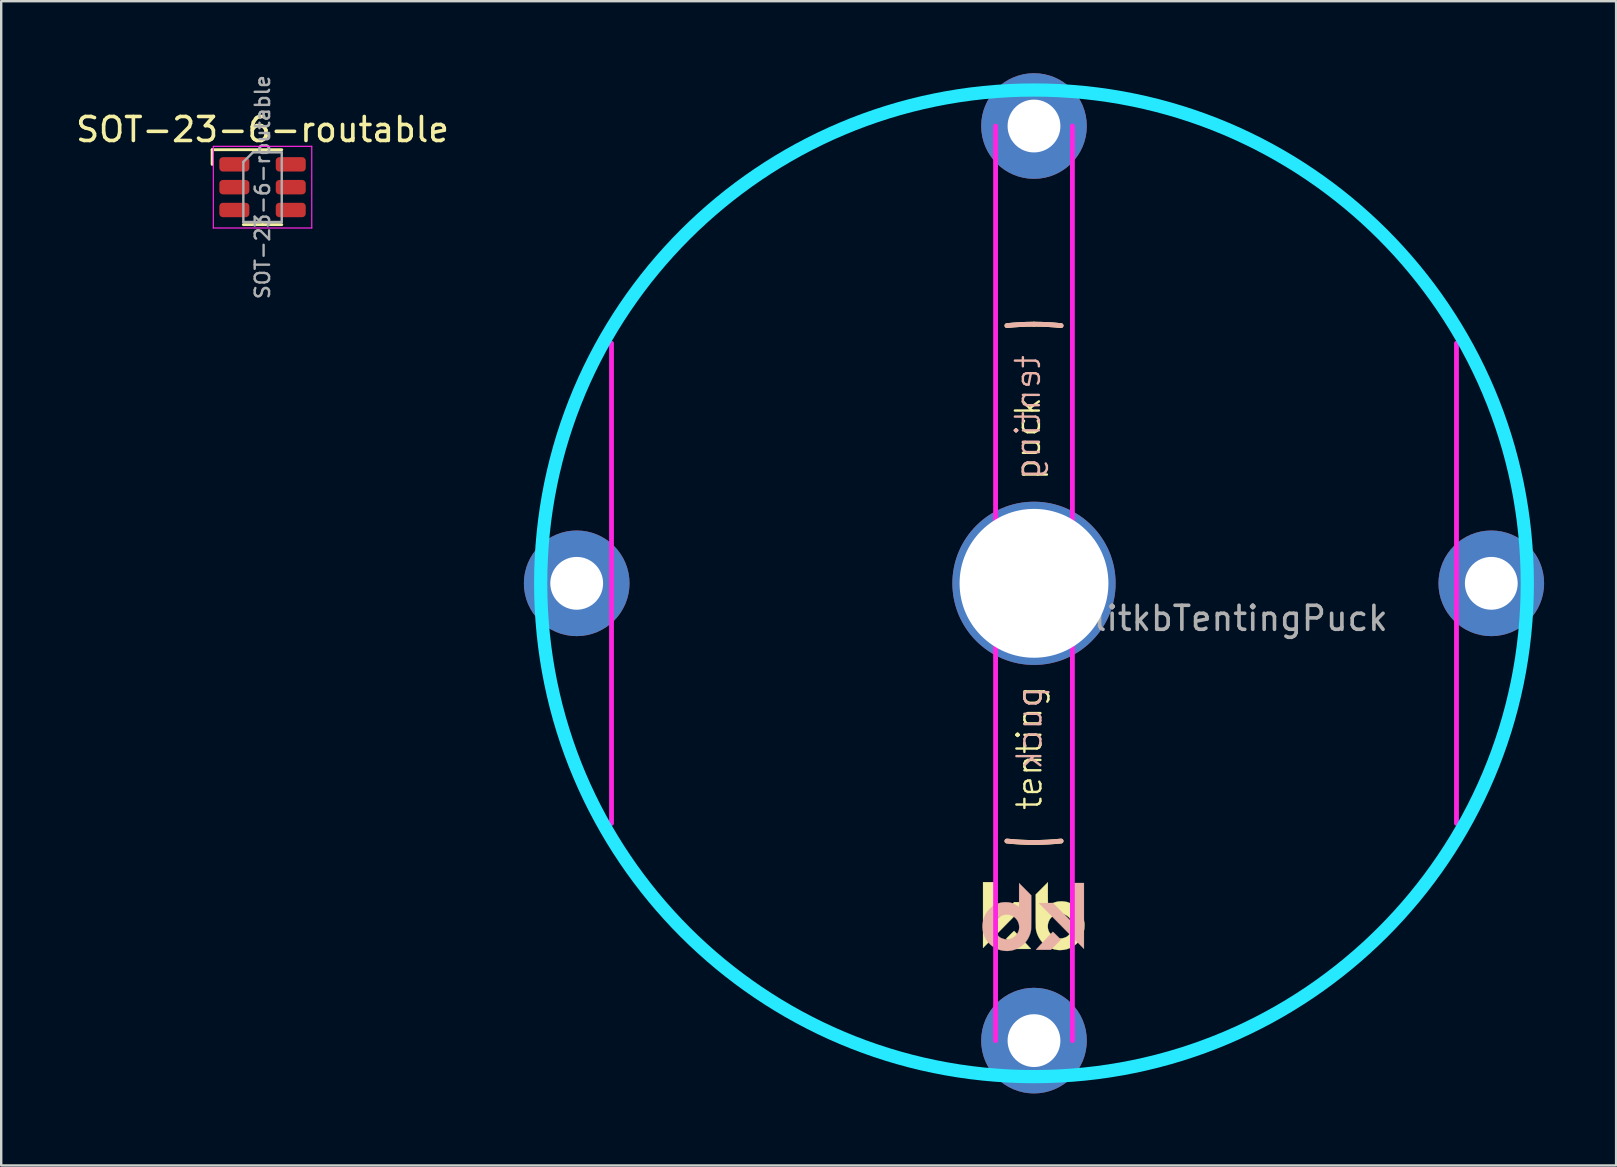
<source format=kicad_pcb>
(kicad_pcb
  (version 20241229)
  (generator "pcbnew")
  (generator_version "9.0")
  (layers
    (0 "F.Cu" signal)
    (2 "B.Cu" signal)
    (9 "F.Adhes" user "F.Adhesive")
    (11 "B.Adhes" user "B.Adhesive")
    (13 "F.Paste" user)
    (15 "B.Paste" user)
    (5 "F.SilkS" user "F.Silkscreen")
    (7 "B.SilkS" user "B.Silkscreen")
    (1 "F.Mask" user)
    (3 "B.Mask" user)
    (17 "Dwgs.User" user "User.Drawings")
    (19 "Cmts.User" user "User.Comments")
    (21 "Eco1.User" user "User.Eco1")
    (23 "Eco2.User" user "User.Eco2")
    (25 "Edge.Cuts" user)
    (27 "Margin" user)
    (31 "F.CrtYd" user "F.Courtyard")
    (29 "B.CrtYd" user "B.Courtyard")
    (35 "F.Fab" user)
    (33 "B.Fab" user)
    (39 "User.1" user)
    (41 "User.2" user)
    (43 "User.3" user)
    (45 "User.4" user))
  (footprint "SplitkbTentingPuck"
    (layer "F.Cu")
    (at 40.024 21.25)
    (property "Reference" "SplitkbTentingPuck" (at 7.684 1.46 0) (layer "F.Fab") (effects (font (size 1 1) (thickness 0.15))))
    (attr exclude_from_pos_files exclude_from_bom)
    (fp_arc (start -20.32 -2.8575) (mid -19.91151 -4.959786) (end -19.286134 -7.008048) (stroke (width 0.2) (type solid)) (layer "F.SilkS"))
    (fp_arc (start -19.286134 7.008047) (mid -19.91151 4.959786) (end -20.32 2.8575) (stroke (width 0.2) (type solid)) (layer "F.SilkS"))
    (fp_arc (start -7.008048 -19.286134) (mid -4.959786 -19.91151) (end -2.8575 -20.32) (stroke (width 0.2) (type solid)) (layer "F.SilkS"))
    (fp_arc (start -2.8575 20.32) (mid -4.959785 19.91151) (end -7.008046 19.286135) (stroke (width 0.2) (type solid)) (layer "F.SilkS"))
    (fp_arc (start -1.128385 -10.735864) (mid -0.564967 -10.780206) (end 0 -10.795) (stroke (width 0.2) (type solid)) (layer "F.SilkS"))
    (fp_arc (start 0 -10.795) (mid 0.564967 -10.780206) (end 1.128385 -10.735864) (stroke (width 0.2) (type solid)) (layer "F.SilkS"))
    (fp_arc (start 0 10.795) (mid -0.564967 10.780206) (end -1.128385 10.735864) (stroke (width 0.2) (type solid)) (layer "F.SilkS"))
    (fp_arc (start 1.128385 10.735864) (mid 0.564967 10.780206) (end 0 10.795) (stroke (width 0.2) (type solid)) (layer "F.SilkS"))
    (fp_arc (start 2.8575 -20.32) (mid 4.959786 -19.91151) (end 7.008047 -19.286134) (stroke (width 0.2) (type solid)) (layer "F.SilkS"))
    (fp_arc (start 7.008047 19.286134) (mid 4.959786 19.91151) (end 2.8575 20.32) (stroke (width 0.2) (type solid)) (layer "F.SilkS"))
    (fp_arc (start 19.286135 -7.008045) (mid 19.91151 -4.959785) (end 20.32 -2.8575) (stroke (width 0.2) (type solid)) (layer "F.SilkS"))
    (fp_arc (start 20.32 2.8575) (mid 19.91151 4.959785) (end 19.286135 7.008046) (stroke (width 0.2) (type solid)) (layer "F.SilkS"))
    (fp_poly (pts (xy -1.627 14.082) (xy -0.824 13.279) (xy -0.535 13.282) (xy -0.247 13.285) (xy -1.094 14.145) (xy -1.212 14.265) (xy -1.327 14.382) (xy -1.437 14.494) (xy -1.542 14.6) (xy -1.64 14.7) (xy -1.731 14.791) (xy -1.811 14.874) (xy -1.882 14.945) (xy -1.941 15.005) (xy -1.987 15.052) (xy -2.019 15.084) (xy -2.032 15.098) (xy -2.123 15.19) (xy -2.123 12.448) (xy -1.627 12.448) (xy -1.627 14.082)) (stroke (width 0.01) (type solid)) (fill yes) (layer "F.SilkS"))
    (fp_poly (pts (xy -0.82 14.488) (xy -0.797 14.511) (xy -0.763 14.547) (xy -0.719 14.593) (xy -0.666 14.647) (xy -0.609 14.708) (xy -0.547 14.773) (xy -0.483 14.841) (xy -0.42 14.908) (xy -0.359 14.973) (xy -0.302 15.034) (xy -0.251 15.089) (xy -0.208 15.135) (xy -0.175 15.171) (xy -0.154 15.194) (xy -0.152 15.197) (xy -0.124 15.231) (xy -0.744 15.231) (xy -0.917 15.055) (xy -0.971 15) (xy -1.021 14.948) (xy -1.065 14.903) (xy -1.099 14.868) (xy -1.121 14.844) (xy -1.124 14.841) (xy -1.158 14.803) (xy -0.997 14.642) (xy -0.948 14.592) (xy -0.903 14.549) (xy -0.867 14.514) (xy -0.842 14.491) (xy -0.829 14.48) (xy -0.829 14.48) (xy -0.82 14.488)) (stroke (width 0.01) (type solid)) (fill yes) (layer "F.SilkS"))
    (fp_poly (pts (xy 0.578 12.948) (xy 0.578 13.052) (xy 0.579 13.149) (xy 0.58 13.236) (xy 0.581 13.31) (xy 0.582 13.37) (xy 0.583 13.413) (xy 0.585 13.437) (xy 0.586 13.441) (xy 0.598 13.435) (xy 0.623 13.419) (xy 0.647 13.401) (xy 0.762 13.331) (xy 0.884 13.282) (xy 1.014 13.254) (xy 1.153 13.247) (xy 1.171 13.248) (xy 1.261 13.255) (xy 1.337 13.267) (xy 1.409 13.286) (xy 1.484 13.315) (xy 1.554 13.348) (xy 1.682 13.423) (xy 1.795 13.515) (xy 1.892 13.622) (xy 1.972 13.743) (xy 2.033 13.874) (xy 2.076 14.016) (xy 2.099 14.167) (xy 2.102 14.256) (xy 2.092 14.409) (xy 2.061 14.553) (xy 2.008 14.693) (xy 1.95 14.8) (xy 1.865 14.92) (xy 1.763 15.025) (xy 1.648 15.113) (xy 1.521 15.184) (xy 1.385 15.236) (xy 1.241 15.268) (xy 1.093 15.279) (xy 0.993 15.275) (xy 0.848 15.25) (xy 0.707 15.204) (xy 0.574 15.138) (xy 0.452 15.054) (xy 0.343 14.954) (xy 0.335 14.944) (xy 0.254 14.84) (xy 0.184 14.722) (xy 0.129 14.596) (xy 0.092 14.469) (xy 0.083 14.423) (xy 0.08 14.394) (xy 0.078 14.344) (xy 0.076 14.294) (xy 0.573 14.294) (xy 0.583 14.391) (xy 0.614 14.485) (xy 0.642 14.539) (xy 0.709 14.628) (xy 0.789 14.699) (xy 0.878 14.751) (xy 0.975 14.784) (xy 1.076 14.797) (xy 1.18 14.789) (xy 1.253 14.769) (xy 1.296 14.753) (xy 1.337 14.736) (xy 1.353 14.728) (xy 1.398 14.697) (xy 1.448 14.651) (xy 1.496 14.595) (xy 1.537 14.537) (xy 1.559 14.498) (xy 1.579 14.454) (xy 1.591 14.415) (xy 1.599 14.373) (xy 1.603 14.318) (xy 1.603 14.313) (xy 1.6 14.205) (xy 1.577 14.107) (xy 1.534 14.014) (xy 1.516 13.985) (xy 1.451 13.908) (xy 1.372 13.845) (xy 1.283 13.8) (xy 1.186 13.772) (xy 1.085 13.763) (xy 0.984 13.773) (xy 0.885 13.803) (xy 0.871 13.81) (xy 0.783 13.863) (xy 0.709 13.931) (xy 0.65 14.011) (xy 0.607 14.101) (xy 0.581 14.196) (xy 0.573 14.294) (xy 0.076 14.294) (xy 0.076 14.274) (xy 0.074 14.185) (xy 0.072 14.078) (xy 0.071 13.955) (xy 0.071 13.818) (xy 0.071 13.668) (xy 0.071 13.656) (xy 0.07 12.964) (xy 0.578 12.454) (xy 0.578 12.948)) (stroke (width 0.01) (type solid)) (fill yes) (layer "F.SilkS"))
    (fp_arc (start -20.32 -2.8575) (mid -19.91151 -4.959784) (end -19.286136 -7.008044) (stroke (width 0.2) (type solid)) (layer "B.SilkS"))
    (fp_arc (start -19.286135 7.008046) (mid -19.91151 4.959785) (end -20.32 2.8575) (stroke (width 0.2) (type solid)) (layer "B.SilkS"))
    (fp_arc (start -7.008046 -19.286135) (mid -4.959785 -19.91151) (end -2.8575 -20.32) (stroke (width 0.2) (type solid)) (layer "B.SilkS"))
    (fp_arc (start -2.8575 20.32) (mid -4.959785 19.91151) (end -7.008045 19.286135) (stroke (width 0.2) (type solid)) (layer "B.SilkS"))
    (fp_arc (start -1.128385 -10.735864) (mid -0.564967 -10.780206) (end 0 -10.795) (stroke (width 0.2) (type solid)) (layer "B.SilkS"))
    (fp_arc (start 0 -10.795) (mid 0.564967 -10.780206) (end 1.128385 -10.735864) (stroke (width 0.2) (type solid)) (layer "B.SilkS"))
    (fp_arc (start 0 10.795) (mid -0.564967 10.780206) (end -1.128385 10.735864) (stroke (width 0.2) (type solid)) (layer "B.SilkS"))
    (fp_arc (start 1.128385 10.735864) (mid 0.564967 10.780206) (end 0 10.795) (stroke (width 0.2) (type solid)) (layer "B.SilkS"))
    (fp_arc (start 2.8575 -20.32) (mid 4.959787 -19.91151) (end 7.008049 -19.286134) (stroke (width 0.2) (type solid)) (layer "B.SilkS"))
    (fp_arc (start 7.008045 19.286135) (mid 4.959785 19.91151) (end 2.8575 20.32) (stroke (width 0.2) (type solid)) (layer "B.SilkS"))
    (fp_arc (start 19.286134 -7.008048) (mid 19.91151 -4.959786) (end 20.32 -2.8575) (stroke (width 0.2) (type solid)) (layer "B.SilkS"))
    (fp_arc (start 20.32 2.8575) (mid 19.91151 4.959786) (end 19.286134 7.008048) (stroke (width 0.2) (type solid)) (layer "B.SilkS"))
    (fp_poly (pts (xy 1.584 14.118) (xy 0.782 13.315) (xy 0.493 13.318) (xy 0.205 13.322) (xy 1.052 14.182) (xy 1.17 14.301) (xy 1.285 14.418) (xy 1.395 14.53) (xy 1.5 14.637) (xy 1.598 14.736) (xy 1.688 14.828) (xy 1.769 14.91) (xy 1.84 14.981) (xy 1.899 15.041) (xy 1.944 15.088) (xy 1.976 15.12) (xy 1.99 15.134) (xy 2.081 15.226) (xy 2.081 12.484) (xy 1.584 12.484) (xy 1.584 14.118)) (stroke (width 0.01) (type solid)) (fill yes) (layer "B.SilkS"))
    (fp_poly (pts (xy 0.778 14.525) (xy 0.755 14.547) (xy 0.721 14.583) (xy 0.676 14.629) (xy 0.624 14.684) (xy 0.566 14.745) (xy 0.505 14.81) (xy 0.441 14.877) (xy 0.378 14.944) (xy 0.316 15.009) (xy 0.259 15.07) (xy 0.208 15.125) (xy 0.166 15.172) (xy 0.133 15.207) (xy 0.112 15.231) (xy 0.11 15.233) (xy 0.082 15.267) (xy 0.702 15.267) (xy 0.875 15.091) (xy 0.929 15.036) (xy 0.979 14.985) (xy 1.023 14.939) (xy 1.057 14.904) (xy 1.079 14.88) (xy 1.082 14.877) (xy 1.116 14.839) (xy 0.955 14.678) (xy 0.905 14.628) (xy 0.861 14.585) (xy 0.825 14.55) (xy 0.799 14.527) (xy 0.787 14.517) (xy 0.787 14.516) (xy 0.778 14.525)) (stroke (width 0.01) (type solid)) (fill yes) (layer "B.SilkS"))
    (fp_poly (pts (xy -0.621 12.984) (xy -0.621 13.088) (xy -0.621 13.185) (xy -0.622 13.272) (xy -0.623 13.346) (xy -0.624 13.406) (xy -0.625 13.45) (xy -0.627 13.473) (xy -0.628 13.477) (xy -0.64 13.471) (xy -0.665 13.455) (xy -0.689 13.438) (xy -0.804 13.367) (xy -0.926 13.318) (xy -1.057 13.29) (xy -1.196 13.284) (xy -1.214 13.284) (xy -1.303 13.291) (xy -1.38 13.303) (xy -1.451 13.322) (xy -1.526 13.351) (xy -1.596 13.384) (xy -1.724 13.459) (xy -1.837 13.551) (xy -1.934 13.658) (xy -2.014 13.779) (xy -2.076 13.911) (xy -2.118 14.053) (xy -2.141 14.203) (xy -2.145 14.293) (xy -2.134 14.445) (xy -2.103 14.59) (xy -2.05 14.729) (xy -1.993 14.836) (xy -1.907 14.956) (xy -1.805 15.061) (xy -1.69 15.149) (xy -1.563 15.22) (xy -1.427 15.272) (xy -1.283 15.304) (xy -1.135 15.316) (xy -1.035 15.311) (xy -0.89 15.286) (xy -0.75 15.24) (xy -0.616 15.174) (xy -0.494 15.09) (xy -0.386 14.99) (xy -0.377 14.981) (xy -0.296 14.876) (xy -0.226 14.758) (xy -0.171 14.632) (xy -0.134 14.505) (xy -0.125 14.459) (xy -0.122 14.43) (xy -0.12 14.38) (xy -0.118 14.33) (xy -0.615 14.33) (xy -0.625 14.428) (xy -0.656 14.522) (xy -0.684 14.576) (xy -0.751 14.664) (xy -0.831 14.735) (xy -0.92 14.787) (xy -1.017 14.82) (xy -1.119 14.833) (xy -1.222 14.825) (xy -1.295 14.805) (xy -1.338 14.789) (xy -1.379 14.772) (xy -1.395 14.764) (xy -1.441 14.733) (xy -1.49 14.687) (xy -1.538 14.632) (xy -1.579 14.573) (xy -1.601 14.534) (xy -1.621 14.49) (xy -1.634 14.452) (xy -1.641 14.409) (xy -1.645 14.354) (xy -1.646 14.349) (xy -1.642 14.241) (xy -1.619 14.144) (xy -1.576 14.05) (xy -1.558 14.022) (xy -1.493 13.944) (xy -1.415 13.882) (xy -1.325 13.836) (xy -1.228 13.808) (xy -1.127 13.799) (xy -1.026 13.809) (xy -0.927 13.84) (xy -0.913 13.846) (xy -0.825 13.899) (xy -0.751 13.967) (xy -0.692 14.047) (xy -0.649 14.137) (xy -0.623 14.232) (xy -0.615 14.33) (xy -0.118 14.33) (xy -0.118 14.31) (xy -0.116 14.221) (xy -0.115 14.114) (xy -0.114 13.991) (xy -0.113 13.854) (xy -0.113 13.704) (xy -0.113 13.692) (xy -0.113 13) (xy -0.62 12.49) (xy -0.621 12.984)) (stroke (width 0.01) (type solid)) (fill yes) (layer "B.SilkS"))
    (fp_circle (center 0 0) (end 20.55 0) (stroke (width 0.55) (type solid)) (fill no) (layer "B.CrtYd"))
    (fp_line (start -17.6 10) (end -17.6 -10) (stroke (width 0.2) (type solid)) (layer "F.CrtYd"))
    (fp_line (start -1.6 19.05) (end -1.6 -19.05) (stroke (width 0.2) (type solid)) (layer "F.CrtYd"))
    (fp_line (start 1.6 19.05) (end 1.6 -19.05) (stroke (width 0.2) (type solid)) (layer "F.CrtYd"))
    (fp_line (start 17.6 10) (end 17.6 -10) (stroke (width 0.2) (type solid)) (layer "F.CrtYd"))
    (fp_text user "tenting" (at -0.191 6.858 90) (layer "F.SilkS") (effects (font (size 1 1) (thickness 0.1))))
    (fp_text user "puck" (at -0.254 -6.032 90) (layer "F.SilkS") (effects (font (size 1 1) (thickness 0.1))))
    (fp_text user "puck" (at -0.191 6.032 90) (unlocked yes) (layer "B.SilkS") (effects (font (size 1 1) (thickness 0.1)) (justify mirror)))
    (fp_text user "tenting" (at -0.254 -6.921 90) (layer "B.SilkS") (effects (font (size 1 1) (thickness 0.1)) (justify mirror)))
    (pad "" thru_hole circle (at 0 0) (size 6.8 6.8) (drill 6.2) (layers "*.Cu" "*.Mask"))
    (pad "1" thru_hole circle (at -19.05 0) (size 4.4 4.4) (drill 2.2) (layers "*.Cu" "*.Mask"))
    (pad "1" thru_hole circle (at 0 -19.05) (size 4.4 4.4) (drill 2.2) (layers "*.Cu" "*.Mask"))
    (pad "1" thru_hole circle (at 0 19.05) (size 4.4 4.4) (drill 2.2) (layers "*.Cu" "*.Mask"))
    (pad "1" thru_hole circle (at 19.05 0) (size 4.4 4.4) (drill 2.2) (layers "*.Cu" "*.Mask")))
  (footprint "SOT-23-6-routable"
    (layer "F.Cu")
    (at 7.887 4.747)
    (property "Reference" "SOT-23-6-routable" (at 0 -2.4 0) (layer "F.SilkS") (effects (font (size 1 1) (thickness 0.15))))
    (attr smd)
    (fp_line (start -2.1 -1.56) (end 0.8 -1.56) (stroke (width 0.12) (type solid)) (layer "F.SilkS"))
    (fp_line (start -2.1 -0.95) (end -2.1 -1.56) (stroke (width 0.12) (type solid)) (layer "F.SilkS"))
    (fp_line (start 0 1.56) (end -0.8 1.56) (stroke (width 0.12) (type solid)) (layer "F.SilkS"))
    (fp_line (start 0 1.56) (end 0.8 1.56) (stroke (width 0.12) (type solid)) (layer "F.SilkS"))
    (fp_line (start -2.05 -1.7) (end -2.05 1.7) (stroke (width 0.05) (type solid)) (layer "F.CrtYd"))
    (fp_line (start -2.05 1.7) (end 2.05 1.7) (stroke (width 0.05) (type solid)) (layer "F.CrtYd"))
    (fp_line (start 2.05 -1.7) (end -2.05 -1.7) (stroke (width 0.05) (type solid)) (layer "F.CrtYd"))
    (fp_line (start 2.05 1.7) (end 2.05 -1.7) (stroke (width 0.05) (type solid)) (layer "F.CrtYd"))
    (fp_line (start -0.8 -1.05) (end -0.4 -1.45) (stroke (width 0.1) (type solid)) (layer "F.Fab"))
    (fp_line (start -0.8 1.45) (end -0.8 -1.05) (stroke (width 0.1) (type solid)) (layer "F.Fab"))
    (fp_line (start -0.4 -1.45) (end 0.8 -1.45) (stroke (width 0.1) (type solid)) (layer "F.Fab"))
    (fp_line (start 0.8 -1.45) (end 0.8 1.45) (stroke (width 0.1) (type solid)) (layer "F.Fab"))
    (fp_line (start 0.8 1.45) (end -0.8 1.45) (stroke (width 0.1) (type solid)) (layer "F.Fab"))
    (fp_text user "${REFERENCE}" (at 0 0 90) (layer "F.Fab") (effects (font (size 0.6 0.6) (thickness 0.1) (bold yes))))
    (pad "1" smd roundrect (at -1.175 -0.95) (size 1.25 0.6) (layers "F.Cu" "F.Mask" "F.Paste") (roundrect_rratio 0.25))
    (pad "2" smd roundrect (at -1.175 0) (size 1.25 0.6) (layers "F.Cu" "F.Mask" "F.Paste") (roundrect_rratio 0.25))
    (pad "3" smd roundrect (at -1.175 0.95) (size 1.25 0.6) (layers "F.Cu" "F.Mask" "F.Paste") (roundrect_rratio 0.25))
    (pad "4" smd roundrect (at 1.175 0.95) (size 1.25 0.6) (layers "F.Cu" "F.Mask" "F.Paste") (roundrect_rratio 0.25))
    (pad "5" smd roundrect (at 1.175 0) (size 1.25 0.6) (layers "F.Cu" "F.Mask" "F.Paste") (roundrect_rratio 0.25))
    (pad "6" smd roundrect (at 1.175 -0.95) (size 1.25 0.6) (layers "F.Cu" "F.Mask" "F.Paste") (roundrect_rratio 0.25)))
  (gr_rect
    (start -3 -3)
    (end 64.274 45.5)
    (stroke (width 0.1) (type default))
    (fill no)
    (layer "Edge.Cuts")))
</source>
